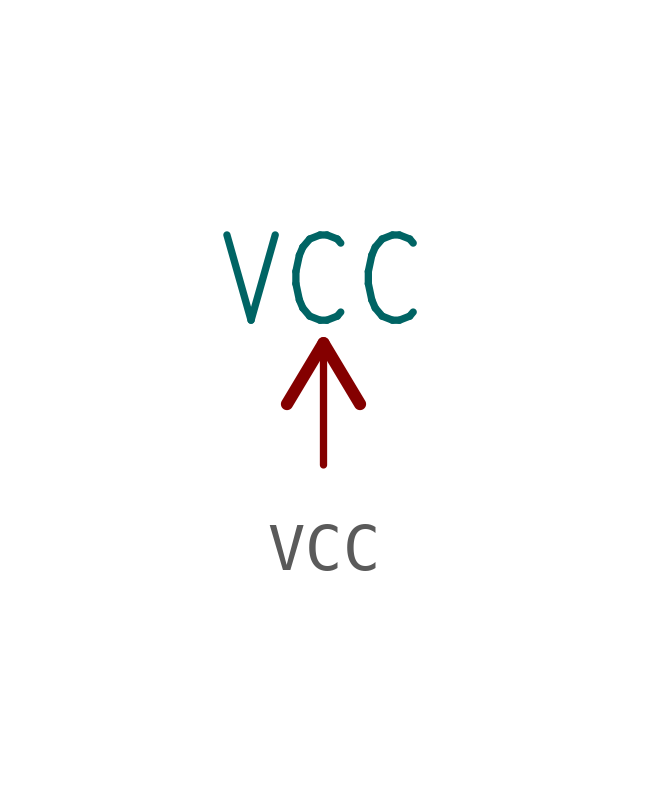
<source format=kicad_sym>
(kicad_symbol_lib
  (version 20211014)
  (generator kicad_symbol_editor)
  (symbol "VCC"
    (power)
    (property "Reference" "#SUPPLY"
      (at 0 0 0)
      (effects (font (size 1.27 1.27)) hide))
    (property "Value" "VCC"
      (at 0 2.794 0)
      (effects (font (size 1.778 1.511)) (justify bottom)))
    (property "ki_locked" ""
      (at 0 0 0)
      (effects (font (size 1.27 1.27))))
    (symbol "VCC_1_0"
      (polyline (pts (xy 0 2.54) (xy -0.762 1.27)) (stroke (width 0.254) (type default) (color 0 0 0 0)) (fill (type none)))
      (polyline (pts (xy 0.762 1.27) (xy 0 2.54)) (stroke (width 0.254) (type default) (color 0 0 0 0)) (fill (type none)))
      (pin power_in line (at 0 0 90) (length 2.54) (name "VCC" (effects (font (size 0 0)))) (number "1" (effects (font (size 0 0))))))))
</source>
